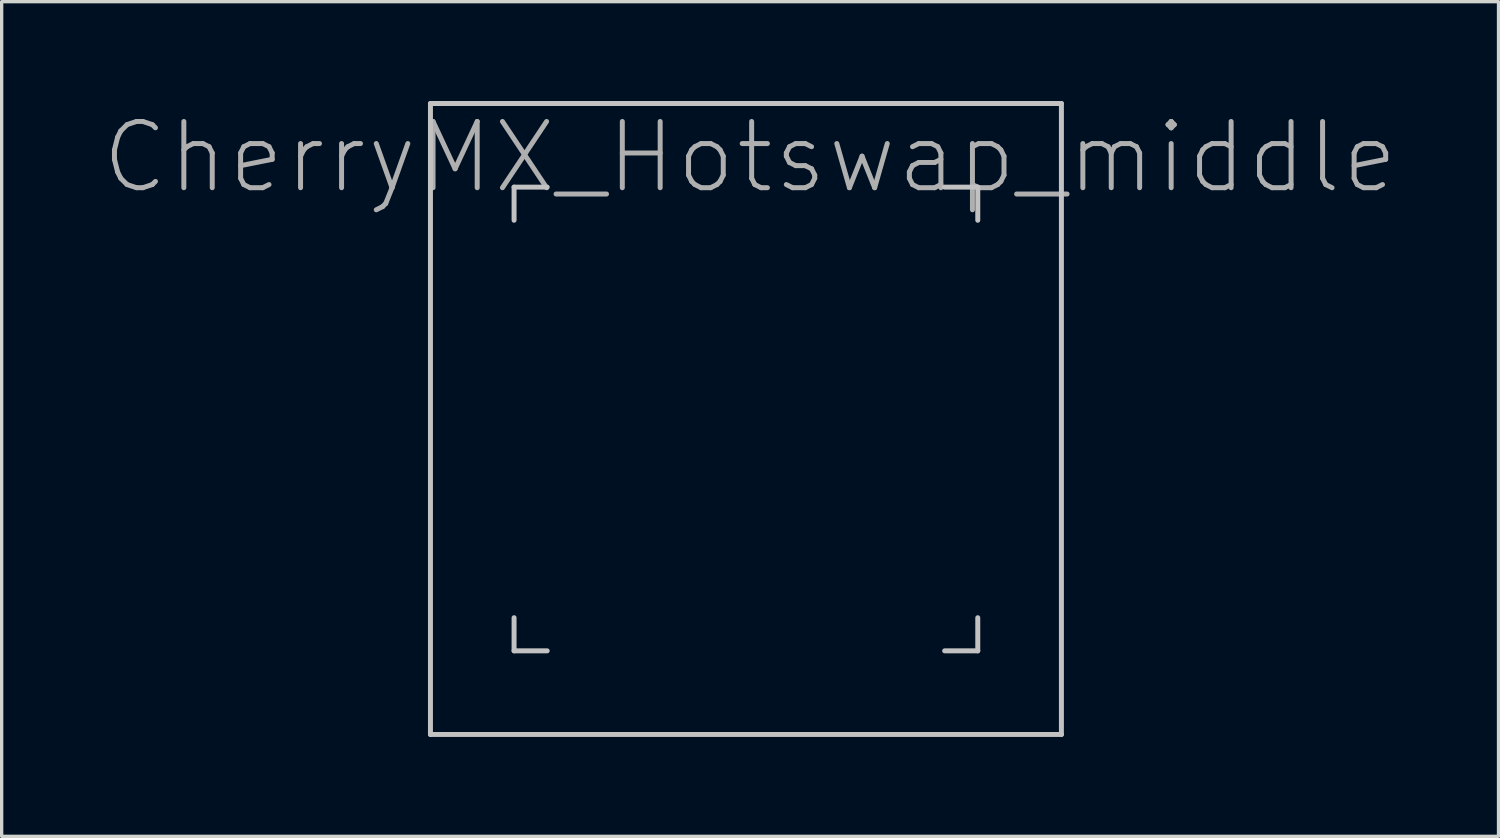
<source format=kicad_pcb>
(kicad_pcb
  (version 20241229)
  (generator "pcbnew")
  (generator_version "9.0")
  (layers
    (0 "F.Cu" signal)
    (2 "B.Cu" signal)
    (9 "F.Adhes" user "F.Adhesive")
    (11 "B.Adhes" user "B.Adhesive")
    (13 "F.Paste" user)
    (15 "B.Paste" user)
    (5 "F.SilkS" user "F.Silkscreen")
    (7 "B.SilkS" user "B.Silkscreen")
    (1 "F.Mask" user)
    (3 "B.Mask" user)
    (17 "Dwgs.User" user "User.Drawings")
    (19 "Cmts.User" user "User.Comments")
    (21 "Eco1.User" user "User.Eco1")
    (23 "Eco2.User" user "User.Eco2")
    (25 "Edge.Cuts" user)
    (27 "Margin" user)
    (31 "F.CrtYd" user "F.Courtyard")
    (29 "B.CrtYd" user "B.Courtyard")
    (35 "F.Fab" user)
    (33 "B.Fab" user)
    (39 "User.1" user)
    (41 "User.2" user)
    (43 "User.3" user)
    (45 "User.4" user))
  (footprint "CherryMX_Hotswap_middle"
    (layer "F.Cu")
    (at 19.471 9.6)
    (property "Reference" "CherryMX_Hotswap_middle" (at 0.125 -7.9 0) (layer "F.Fab") (effects (font (size 2 2) (thickness 0.15))))
    (attr through_hole)
    (fp_line (start -9.525 -9.525) (end 9.525 -9.525) (stroke (width 0.15) (type solid)) (layer "Dwgs.User"))
    (fp_line (start -9.525 9.525) (end -9.525 -9.525) (stroke (width 0.15) (type solid)) (layer "Dwgs.User"))
    (fp_line (start -7 -7) (end -6 -7) (stroke (width 0.15) (type solid)) (layer "Dwgs.User"))
    (fp_line (start -7 -6) (end -7 -7) (stroke (width 0.15) (type solid)) (layer "Dwgs.User"))
    (fp_line (start -7 6) (end -7 7) (stroke (width 0.15) (type solid)) (layer "Dwgs.User"))
    (fp_line (start -7 7) (end -6 7) (stroke (width 0.15) (type solid)) (layer "Dwgs.User"))
    (fp_line (start 6 7) (end 7 7) (stroke (width 0.15) (type solid)) (layer "Dwgs.User"))
    (fp_line (start 7 -7) (end 6 -7) (stroke (width 0.15) (type solid)) (layer "Dwgs.User"))
    (fp_line (start 7 -7) (end 7 -6) (stroke (width 0.15) (type solid)) (layer "Dwgs.User"))
    (fp_line (start 7 7) (end 7 6) (stroke (width 0.15) (type solid)) (layer "Dwgs.User"))
    (fp_line (start 9.525 -9.525) (end 9.525 9.525) (stroke (width 0.15) (type solid)) (layer "Dwgs.User"))
    (fp_line (start 9.525 9.525) (end -9.525 9.525) (stroke (width 0.15) (type solid)) (layer "Dwgs.User"))
    (fp_line (start -8.686 -1.02) (end -8.686 -4.13) (stroke (width 0.12) (type solid)) (layer "User.3"))
    (fp_line (start -8.446 -4.39) (end -6.53 -4.39) (stroke (width 0.12) (type solid)) (layer "User.3"))
    (fp_line (start -2.27 -0.78) (end -8.426 -0.78) (stroke (width 0.12) (type solid)) (layer "User.3"))
    (fp_line (start 4.4 -7.1) (end -3.8 -7.1) (stroke (width 0.12) (type solid)) (layer "User.3"))
    (fp_line (start 4.6 -7.1) (end 4.4 -7.1) (stroke (width 0.12) (type solid)) (layer "User.3"))
    (fp_line (start 4.6 -7.1) (end 7.25 -7.1) (stroke (width 0.12) (type solid)) (layer "User.3"))
    (fp_line (start 7.28 -2.725) (end 0.041 -2.725) (stroke (width 0.12) (type solid)) (layer "User.3"))
    (fp_line (start 7.51 -6.88) (end 7.51 -3) (stroke (width 0.12) (type solid)) (layer "User.3"))
    (fp_arc (start -8.686152 -4.13) (mid -8.62 -4.309706) (end -8.446152 -4.39) (stroke (width 0.12) (type solid)) (layer "User.3"))
    (fp_arc (start -8.426152 -0.78) (mid -8.605858 -0.846152) (end -8.686152 -1.02) (stroke (width 0.12) (type solid)) (layer "User.3"))
    (fp_arc (start -6.53 -4.39) (mid -5.733045 -6.317237) (end -3.800001 -7.1) (stroke (width 0.12) (type solid)) (layer "User.3"))
    (fp_arc (start -2.27 -0.78) (mid -1.493129 -2.202497) (end 0.041152 -2.725) (stroke (width 0.12) (type solid)) (layer "User.3"))
    (fp_arc (start 7.250291 -7.1) (mid 7.43 -7.03385) (end 7.510291 -6.86) (stroke (width 0.12) (type solid)) (layer "User.3"))
    (fp_arc (start 7.509706 -3) (mid 7.452497 -2.814165) (end 7.279706 -2.725) (stroke (width 0.12) (type solid)) (layer "User.3")))
  (gr_rect
    (start -3 -3)
    (end 42.193 22.2)
    (stroke (width 0.1) (type default))
    (fill no)
    (layer "Edge.Cuts")))
</source>
